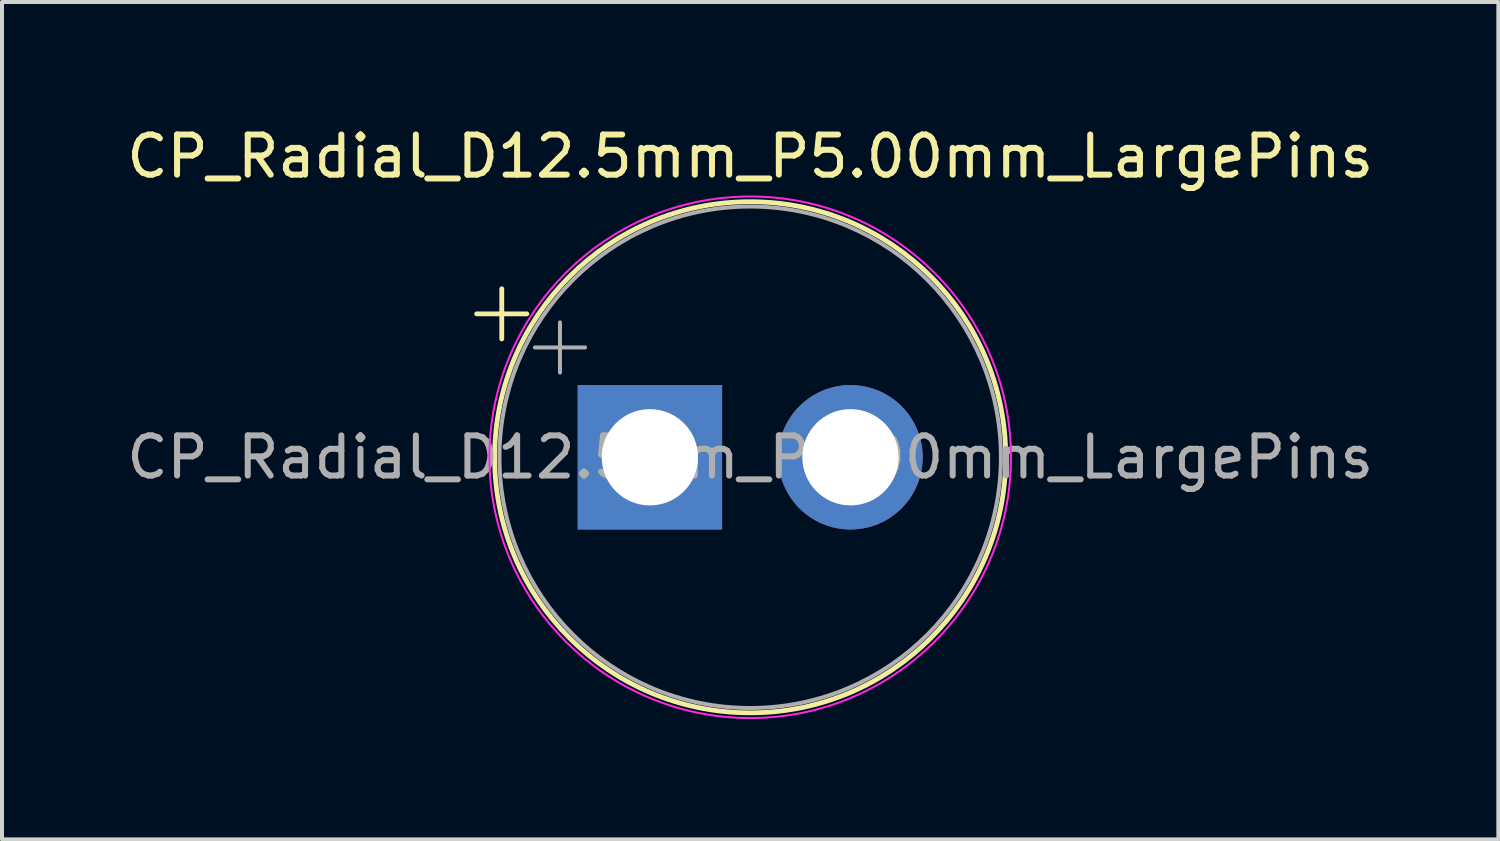
<source format=kicad_pcb>
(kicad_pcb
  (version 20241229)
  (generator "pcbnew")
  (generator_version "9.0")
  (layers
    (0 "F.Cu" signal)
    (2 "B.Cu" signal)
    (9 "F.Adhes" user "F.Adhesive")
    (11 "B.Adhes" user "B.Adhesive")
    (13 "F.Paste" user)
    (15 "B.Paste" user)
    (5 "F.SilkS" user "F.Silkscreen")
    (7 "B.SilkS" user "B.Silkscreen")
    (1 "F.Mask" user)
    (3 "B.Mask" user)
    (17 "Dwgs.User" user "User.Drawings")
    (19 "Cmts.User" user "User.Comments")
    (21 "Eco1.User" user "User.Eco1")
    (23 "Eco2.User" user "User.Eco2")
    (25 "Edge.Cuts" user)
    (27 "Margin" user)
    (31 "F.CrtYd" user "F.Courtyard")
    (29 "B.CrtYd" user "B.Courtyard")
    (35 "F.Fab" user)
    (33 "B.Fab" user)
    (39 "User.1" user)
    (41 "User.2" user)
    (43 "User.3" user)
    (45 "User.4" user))
  (footprint "CP_Radial_D12.5mm_P5.00mm_LargePins"
    (layer "F.Cu")
    (at 13.149 8.348)
    (property "Reference" "CP_Radial_D12.5mm_P5.00mm_LargePins" (at 2.5 -7.5 0) (layer "F.SilkS") (effects (font (size 1 1) (thickness 0.15))))
    (attr through_hole)
    (fp_line (start -4.317 -3.575) (end -3.067 -3.575) (stroke (width 0.12) (type solid)) (layer "F.SilkS"))
    (fp_line (start -3.692 -4.2) (end -3.692 -2.95) (stroke (width 0.12) (type solid)) (layer "F.SilkS"))
    (fp_circle (center 2.5 0) (end 8.87 0) (stroke (width 0.12) (type solid)) (fill no) (layer "F.SilkS"))
    (fp_circle (center 2.5 0) (end 9 0) (stroke (width 0.05) (type solid)) (fill no) (layer "F.CrtYd"))
    (fp_line (start -2.866 -2.737) (end -1.616 -2.737) (stroke (width 0.1) (type solid)) (layer "F.Fab"))
    (fp_line (start -2.241 -3.362) (end -2.241 -2.112) (stroke (width 0.1) (type solid)) (layer "F.Fab"))
    (fp_circle (center 2.5 0) (end 8.75 0) (stroke (width 0.1) (type solid)) (fill no) (layer "F.Fab"))
    (fp_text user "${REFERENCE}" (at 2.5 0 0) (layer "F.Fab") (effects (font (size 1 1) (thickness 0.15))))
    (pad "1" thru_hole rect (at 0 0) (size 3.6 3.6) (drill 2.4) (layers "*.Cu" "*.Mask"))
    (pad "2" thru_hole circle (at 5 0) (size 3.6 3.6) (drill 2.4) (layers "*.Cu" "*.Mask")))
  (gr_rect
    (start -3 -3)
    (end 34.298 17.873)
    (stroke (width 0.1) (type default))
    (fill no)
    (layer "Edge.Cuts")))
</source>
